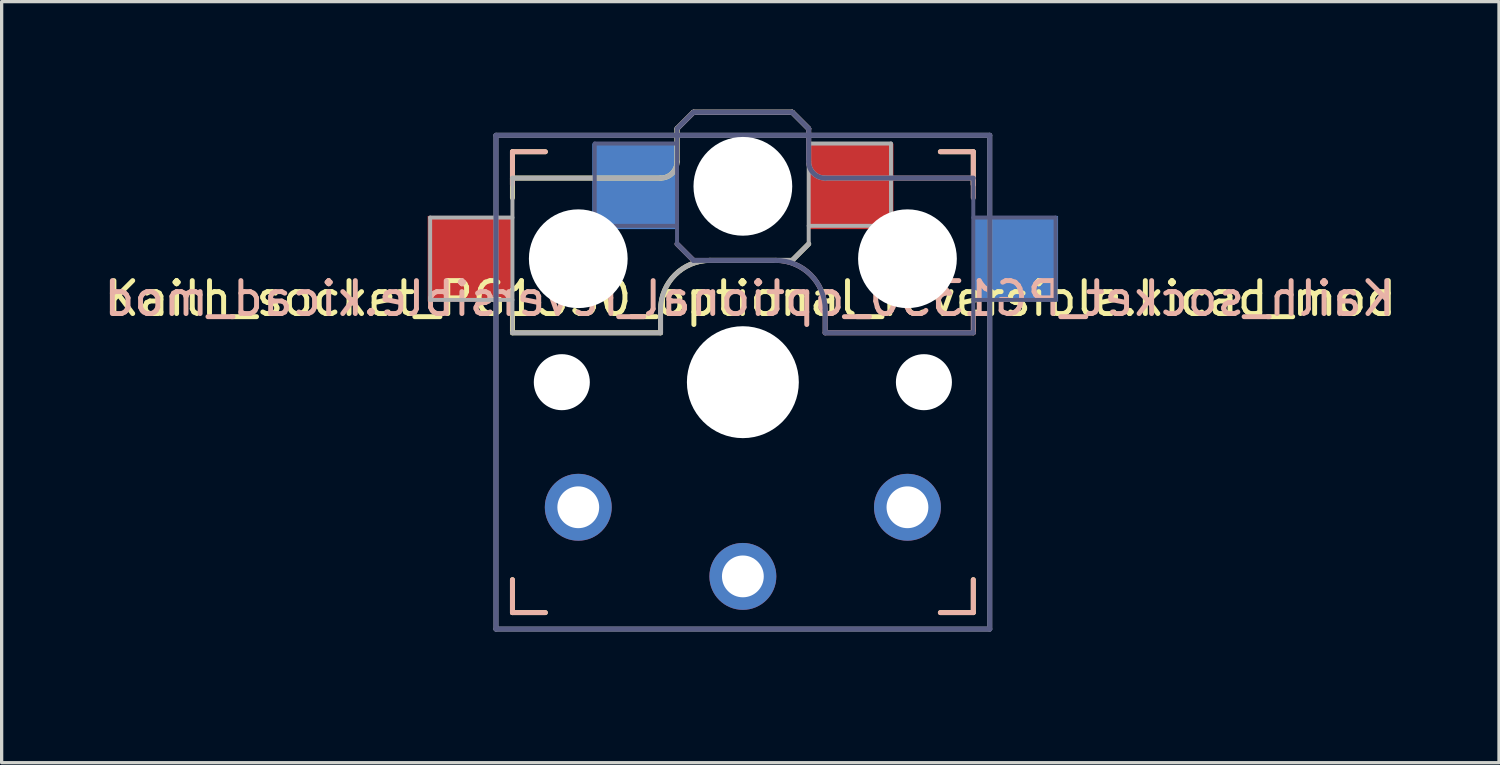
<source format=kicad_pcb>
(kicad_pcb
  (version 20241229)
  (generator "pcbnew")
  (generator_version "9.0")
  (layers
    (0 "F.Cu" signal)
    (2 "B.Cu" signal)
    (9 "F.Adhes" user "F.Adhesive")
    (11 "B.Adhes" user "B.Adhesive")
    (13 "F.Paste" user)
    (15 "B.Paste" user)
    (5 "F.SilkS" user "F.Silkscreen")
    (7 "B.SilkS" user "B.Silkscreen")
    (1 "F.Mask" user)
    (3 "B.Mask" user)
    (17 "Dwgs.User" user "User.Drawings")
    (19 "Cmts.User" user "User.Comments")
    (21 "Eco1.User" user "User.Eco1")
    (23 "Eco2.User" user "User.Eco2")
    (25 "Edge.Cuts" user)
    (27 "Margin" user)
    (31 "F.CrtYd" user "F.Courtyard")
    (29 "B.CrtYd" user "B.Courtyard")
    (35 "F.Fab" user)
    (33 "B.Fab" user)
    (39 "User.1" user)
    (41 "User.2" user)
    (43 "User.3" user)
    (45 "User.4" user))
  (footprint "Kailh_socket_PG1350_optional_reversible.kicad_mod"
    (layer "F.Cu")
    (at 19.517 8.56)
    (property "Reference" "Kailh_socket_PG1350_optional_reversible.kicad_mod" (at 0.25 -2.54 0) (unlocked yes) (layer "F.SilkS") (effects (font (size 1 1) (thickness 0.15))))
    (attr through_hole)
    (fp_line (start -7 -7) (end -6 -7) (stroke (width 0.15) (type solid)) (layer "F.SilkS"))
    (fp_line (start -7 -6.2) (end -2.5 -6.2) (stroke (width 0.15) (type solid)) (layer "F.SilkS"))
    (fp_line (start -7 -6) (end -7 -7) (stroke (width 0.15) (type solid)) (layer "F.SilkS"))
    (fp_line (start -7 -5.6) (end -7 -6.2) (stroke (width 0.15) (type solid)) (layer "F.SilkS"))
    (fp_line (start -7 -1.5) (end -7 -2) (stroke (width 0.15) (type solid)) (layer "F.SilkS"))
    (fp_line (start -7 7) (end -7 6) (stroke (width 0.15) (type solid)) (layer "F.SilkS"))
    (fp_line (start -6 7) (end -7 7) (stroke (width 0.15) (type solid)) (layer "F.SilkS"))
    (fp_line (start -2.5 -2.2) (end -2.5 -1.5) (stroke (width 0.15) (type solid)) (layer "F.SilkS"))
    (fp_line (start -2.5 -1.5) (end -7 -1.5) (stroke (width 0.15) (type solid)) (layer "F.SilkS"))
    (fp_line (start -2 -6.7) (end -2 -7.7) (stroke (width 0.15) (type solid)) (layer "F.SilkS"))
    (fp_line (start -1.5 -8.2) (end -2 -7.7) (stroke (width 0.15) (type solid)) (layer "F.SilkS"))
    (fp_line (start 1.5 -8.2) (end -1.5 -8.2) (stroke (width 0.15) (type solid)) (layer "F.SilkS"))
    (fp_line (start 1.5 -3.7) (end -1 -3.7) (stroke (width 0.15) (type solid)) (layer "F.SilkS"))
    (fp_line (start 2 -7.7) (end 1.5 -8.2) (stroke (width 0.15) (type solid)) (layer "F.SilkS"))
    (fp_line (start 2 -4.2) (end 1.5 -3.7) (stroke (width 0.15) (type solid)) (layer "F.SilkS"))
    (fp_line (start 6 -7) (end 7 -7) (stroke (width 0.15) (type solid)) (layer "F.SilkS"))
    (fp_line (start 7 -7) (end 7 -6) (stroke (width 0.15) (type solid)) (layer "F.SilkS"))
    (fp_line (start 7 6) (end 7 7) (stroke (width 0.15) (type solid)) (layer "F.SilkS"))
    (fp_line (start 7 7) (end 6 7) (stroke (width 0.15) (type solid)) (layer "F.SilkS"))
    (fp_arc (start -2.5 -2.2) (mid -2.06066 -3.26066) (end -1 -3.7) (stroke (width 0.15) (type solid)) (layer "F.SilkS"))
    (fp_arc (start -2 -6.7) (mid -2.146447 -6.346447) (end -2.5 -6.2) (stroke (width 0.15) (type solid)) (layer "F.SilkS"))
    (fp_line (start -7 -7) (end -6 -7) (stroke (width 0.15) (type solid)) (layer "B.SilkS"))
    (fp_line (start -7 -6) (end -7 -7) (stroke (width 0.15) (type solid)) (layer "B.SilkS"))
    (fp_line (start -7 7) (end -7 6) (stroke (width 0.15) (type solid)) (layer "B.SilkS"))
    (fp_line (start -6 7) (end -7 7) (stroke (width 0.15) (type solid)) (layer "B.SilkS"))
    (fp_line (start -2 -7.7) (end -1.5 -8.2) (stroke (width 0.15) (type solid)) (layer "B.SilkS"))
    (fp_line (start -2 -4.2) (end -1.5 -3.7) (stroke (width 0.15) (type solid)) (layer "B.SilkS"))
    (fp_line (start -1.5 -8.2) (end 1.5 -8.2) (stroke (width 0.15) (type solid)) (layer "B.SilkS"))
    (fp_line (start -1.5 -3.7) (end 1 -3.7) (stroke (width 0.15) (type solid)) (layer "B.SilkS"))
    (fp_line (start 1.5 -8.2) (end 2 -7.7) (stroke (width 0.15) (type solid)) (layer "B.SilkS"))
    (fp_line (start 2 -6.7) (end 2 -7.7) (stroke (width 0.15) (type solid)) (layer "B.SilkS"))
    (fp_line (start 2.5 -2.2) (end 2.5 -1.5) (stroke (width 0.15) (type solid)) (layer "B.SilkS"))
    (fp_line (start 2.5 -1.5) (end 7 -1.5) (stroke (width 0.15) (type solid)) (layer "B.SilkS"))
    (fp_line (start 6 -7) (end 7 -7) (stroke (width 0.15) (type solid)) (layer "B.SilkS"))
    (fp_line (start 7 -7) (end 7 -6) (stroke (width 0.15) (type solid)) (layer "B.SilkS"))
    (fp_line (start 7 -6.2) (end 2.5 -6.2) (stroke (width 0.15) (type solid)) (layer "B.SilkS"))
    (fp_line (start 7 -5.6) (end 7 -6.2) (stroke (width 0.15) (type solid)) (layer "B.SilkS"))
    (fp_line (start 7 -1.5) (end 7 -2) (stroke (width 0.15) (type solid)) (layer "B.SilkS"))
    (fp_line (start 7 6) (end 7 7) (stroke (width 0.15) (type solid)) (layer "B.SilkS"))
    (fp_line (start 7 7) (end 6 7) (stroke (width 0.15) (type solid)) (layer "B.SilkS"))
    (fp_arc (start 1 -3.7) (mid 2.06066 -3.26066) (end 2.5 -2.2) (stroke (width 0.15) (type solid)) (layer "B.SilkS"))
    (fp_arc (start 2.5 -6.2) (mid 2.146447 -6.346447) (end 2 -6.7) (stroke (width 0.15) (type solid)) (layer "B.SilkS"))
    (fp_rect (start 9 -8.5) (end -9 8.5) (stroke (width 0.12) (type solid)) (fill no) (layer "Eco1.User"))
    (fp_line (start -6.9 6.9) (end -6.9 -6.9) (stroke (width 0.15) (type solid)) (layer "Eco2.User"))
    (fp_line (start -6.9 6.9) (end 6.9 6.9) (stroke (width 0.15) (type solid)) (layer "Eco2.User"))
    (fp_line (start -2.6 -3.1) (end -2.6 -6.3) (stroke (width 0.15) (type solid)) (layer "Eco2.User"))
    (fp_line (start -2.6 -3.1) (end 2.6 -3.1) (stroke (width 0.15) (type solid)) (layer "Eco2.User"))
    (fp_line (start 2.6 -6.3) (end -2.6 -6.3) (stroke (width 0.15) (type solid)) (layer "Eco2.User"))
    (fp_line (start 2.6 -3.1) (end 2.6 -6.3) (stroke (width 0.15) (type solid)) (layer "Eco2.User"))
    (fp_line (start 6.9 -6.9) (end -6.9 -6.9) (stroke (width 0.15) (type solid)) (layer "Eco2.User"))
    (fp_line (start 6.9 -6.9) (end 6.9 6.9) (stroke (width 0.15) (type solid)) (layer "Eco2.User"))
    (fp_line (start -7.5 -7.5) (end 7.5 -7.5) (stroke (width 0.15) (type solid)) (layer "B.Fab"))
    (fp_line (start -7.5 7.5) (end -7.5 -7.5) (stroke (width 0.15) (type solid)) (layer "B.Fab"))
    (fp_line (start -4.5 -7.25) (end -2 -7.25) (stroke (width 0.12) (type solid)) (layer "B.Fab"))
    (fp_line (start -4.5 -4.75) (end -4.5 -7.25) (stroke (width 0.12) (type solid)) (layer "B.Fab"))
    (fp_line (start -2 -7.7) (end -1.5 -8.2) (stroke (width 0.15) (type solid)) (layer "B.Fab"))
    (fp_line (start -2 -4.75) (end -4.5 -4.75) (stroke (width 0.12) (type solid)) (layer "B.Fab"))
    (fp_line (start -2 -4.25) (end -2 -7.7) (stroke (width 0.12) (type solid)) (layer "B.Fab"))
    (fp_line (start -2 -4.2) (end -1.5 -3.7) (stroke (width 0.15) (type solid)) (layer "B.Fab"))
    (fp_line (start -1.5 -8.2) (end 1.5 -8.2) (stroke (width 0.15) (type solid)) (layer "B.Fab"))
    (fp_line (start -1.5 -3.7) (end 1 -3.7) (stroke (width 0.15) (type solid)) (layer "B.Fab"))
    (fp_line (start 1.5 -8.2) (end 2 -7.7) (stroke (width 0.15) (type solid)) (layer "B.Fab"))
    (fp_line (start 2 -6.7) (end 2 -7.7) (stroke (width 0.15) (type solid)) (layer "B.Fab"))
    (fp_line (start 2.5 -2.2) (end 2.5 -1.5) (stroke (width 0.15) (type solid)) (layer "B.Fab"))
    (fp_line (start 2.5 -1.5) (end 7 -1.5) (stroke (width 0.15) (type solid)) (layer "B.Fab"))
    (fp_line (start 7 -6.2) (end 2.5 -6.2) (stroke (width 0.15) (type solid)) (layer "B.Fab"))
    (fp_line (start 7 -5) (end 9.5 -5) (stroke (width 0.12) (type solid)) (layer "B.Fab"))
    (fp_line (start 7 -1.5) (end 7 -6.2) (stroke (width 0.12) (type solid)) (layer "B.Fab"))
    (fp_line (start 7.5 -7.5) (end 7.5 7.5) (stroke (width 0.15) (type solid)) (layer "B.Fab"))
    (fp_line (start 7.5 7.5) (end -7.5 7.5) (stroke (width 0.15) (type solid)) (layer "B.Fab"))
    (fp_line (start 9.5 -5) (end 9.5 -2.5) (stroke (width 0.12) (type solid)) (layer "B.Fab"))
    (fp_line (start 9.5 -2.5) (end 7 -2.5) (stroke (width 0.12) (type solid)) (layer "B.Fab"))
    (fp_arc (start 1 -3.7) (mid 2.06066 -3.26066) (end 2.5 -2.2) (stroke (width 0.15) (type solid)) (layer "B.Fab"))
    (fp_arc (start 2.5 -6.2) (mid 2.146447 -6.346447) (end 2 -6.7) (stroke (width 0.15) (type solid)) (layer "B.Fab"))
    (fp_line (start -9.5 -5) (end -9.5 -2.5) (stroke (width 0.12) (type solid)) (layer "F.Fab"))
    (fp_line (start -9.5 -2.5) (end -7 -2.5) (stroke (width 0.12) (type solid)) (layer "F.Fab"))
    (fp_line (start -7.5 -7.5) (end 7.5 -7.5) (stroke (width 0.15) (type solid)) (layer "F.Fab"))
    (fp_line (start -7.5 7.5) (end -7.5 -7.5) (stroke (width 0.15) (type solid)) (layer "F.Fab"))
    (fp_line (start -7 -6.2) (end -2.5 -6.2) (stroke (width 0.15) (type solid)) (layer "F.Fab"))
    (fp_line (start -7 -5) (end -9.5 -5) (stroke (width 0.12) (type solid)) (layer "F.Fab"))
    (fp_line (start -7 -1.5) (end -7 -6.2) (stroke (width 0.12) (type solid)) (layer "F.Fab"))
    (fp_line (start -2.5 -2.2) (end -2.5 -1.5) (stroke (width 0.15) (type solid)) (layer "F.Fab"))
    (fp_line (start -2.5 -1.5) (end -7 -1.5) (stroke (width 0.15) (type solid)) (layer "F.Fab"))
    (fp_line (start -2 -6.7) (end -2 -7.7) (stroke (width 0.15) (type solid)) (layer "F.Fab"))
    (fp_line (start -1.5 -8.2) (end -2 -7.7) (stroke (width 0.15) (type solid)) (layer "F.Fab"))
    (fp_line (start 1.5 -8.2) (end -1.5 -8.2) (stroke (width 0.15) (type solid)) (layer "F.Fab"))
    (fp_line (start 1.5 -3.7) (end -1 -3.7) (stroke (width 0.15) (type solid)) (layer "F.Fab"))
    (fp_line (start 2 -7.7) (end 1.5 -8.2) (stroke (width 0.15) (type solid)) (layer "F.Fab"))
    (fp_line (start 2 -4.75) (end 4.5 -4.75) (stroke (width 0.12) (type solid)) (layer "F.Fab"))
    (fp_line (start 2 -4.25) (end 2 -7.7) (stroke (width 0.12) (type solid)) (layer "F.Fab"))
    (fp_line (start 2 -4.2) (end 1.5 -3.7) (stroke (width 0.15) (type solid)) (layer "F.Fab"))
    (fp_line (start 4.5 -7.25) (end 2 -7.25) (stroke (width 0.12) (type solid)) (layer "F.Fab"))
    (fp_line (start 4.5 -4.75) (end 4.5 -7.25) (stroke (width 0.12) (type solid)) (layer "F.Fab"))
    (fp_line (start 7.5 -7.5) (end 7.5 7.5) (stroke (width 0.15) (type solid)) (layer "F.Fab"))
    (fp_line (start 7.5 7.5) (end -7.5 7.5) (stroke (width 0.15) (type solid)) (layer "F.Fab"))
    (fp_arc (start -2.5 -2.2) (mid -2.06066 -3.26066) (end -1 -3.7) (stroke (width 0.15) (type solid)) (layer "F.Fab"))
    (fp_arc (start -2 -6.7) (mid -2.146447 -6.346447) (end -2.5 -6.2) (stroke (width 0.15) (type solid)) (layer "F.Fab"))
    (fp_text user "${REFERENCE}" (at 0.203 -2.54 0) (unlocked yes) (layer "B.SilkS") (effects (font (size 1 1) (thickness 0.15)) (justify mirror)))
    (pad "" np_thru_hole circle (at -5.5 0) (size 1.702 1.702) (drill 1.702) (layers "*.Cu" "*.Mask"))
    (pad "" np_thru_hole circle (at -5 -3.75) (size 3 3) (drill 3) (layers "*.Cu" "*.Mask"))
    (pad "" np_thru_hole circle (at 0 -5.95) (size 3 3) (drill 3) (layers "*.Cu" "*.Mask"))
    (pad "" np_thru_hole circle (at 0 0) (size 3.4 3.4) (drill 3.4) (layers "*.Cu" "*.Mask"))
    (pad "" np_thru_hole circle (at 5 -3.75) (size 3 3) (drill 3) (layers "*.Cu" "*.Mask"))
    (pad "" np_thru_hole circle (at 5.5 0) (size 1.702 1.702) (drill 1.702) (layers "*.Cu" "*.Mask"))
    (pad "1" smd rect (at -3.275 -5.95) (size 2.6 2.6) (layers "B.Cu" "B.Mask" "B.Paste"))
    (pad "1" thru_hole circle (at 0 5.9) (size 2.032 2.032) (drill 1.27) (layers "*.Cu" "*.Mask"))
    (pad "1" smd rect (at 3.275 -5.95) (size 2.6 2.6) (layers "F.Cu" "F.Mask" "F.Paste"))
    (pad "2" smd rect (at -8.275 -3.75) (size 2.6 2.6) (layers "F.Cu" "F.Mask" "F.Paste"))
    (pad "2" thru_hole circle (at -5 3.8) (size 2.032 2.032) (drill 1.27) (layers "*.Cu" "*.Mask"))
    (pad "2" thru_hole circle (at 5 3.8) (size 2.032 2.032) (drill 1.27) (layers "*.Cu" "*.Mask"))
    (pad "2" smd rect (at 8.275 -3.75) (size 2.6 2.6) (layers "B.Cu" "B.Mask" "B.Paste")))
  (gr_rect
    (start -3 -3)
    (end 42.487 20.12)
    (stroke (width 0.1) (type default))
    (fill no)
    (layer "Edge.Cuts")))
</source>
